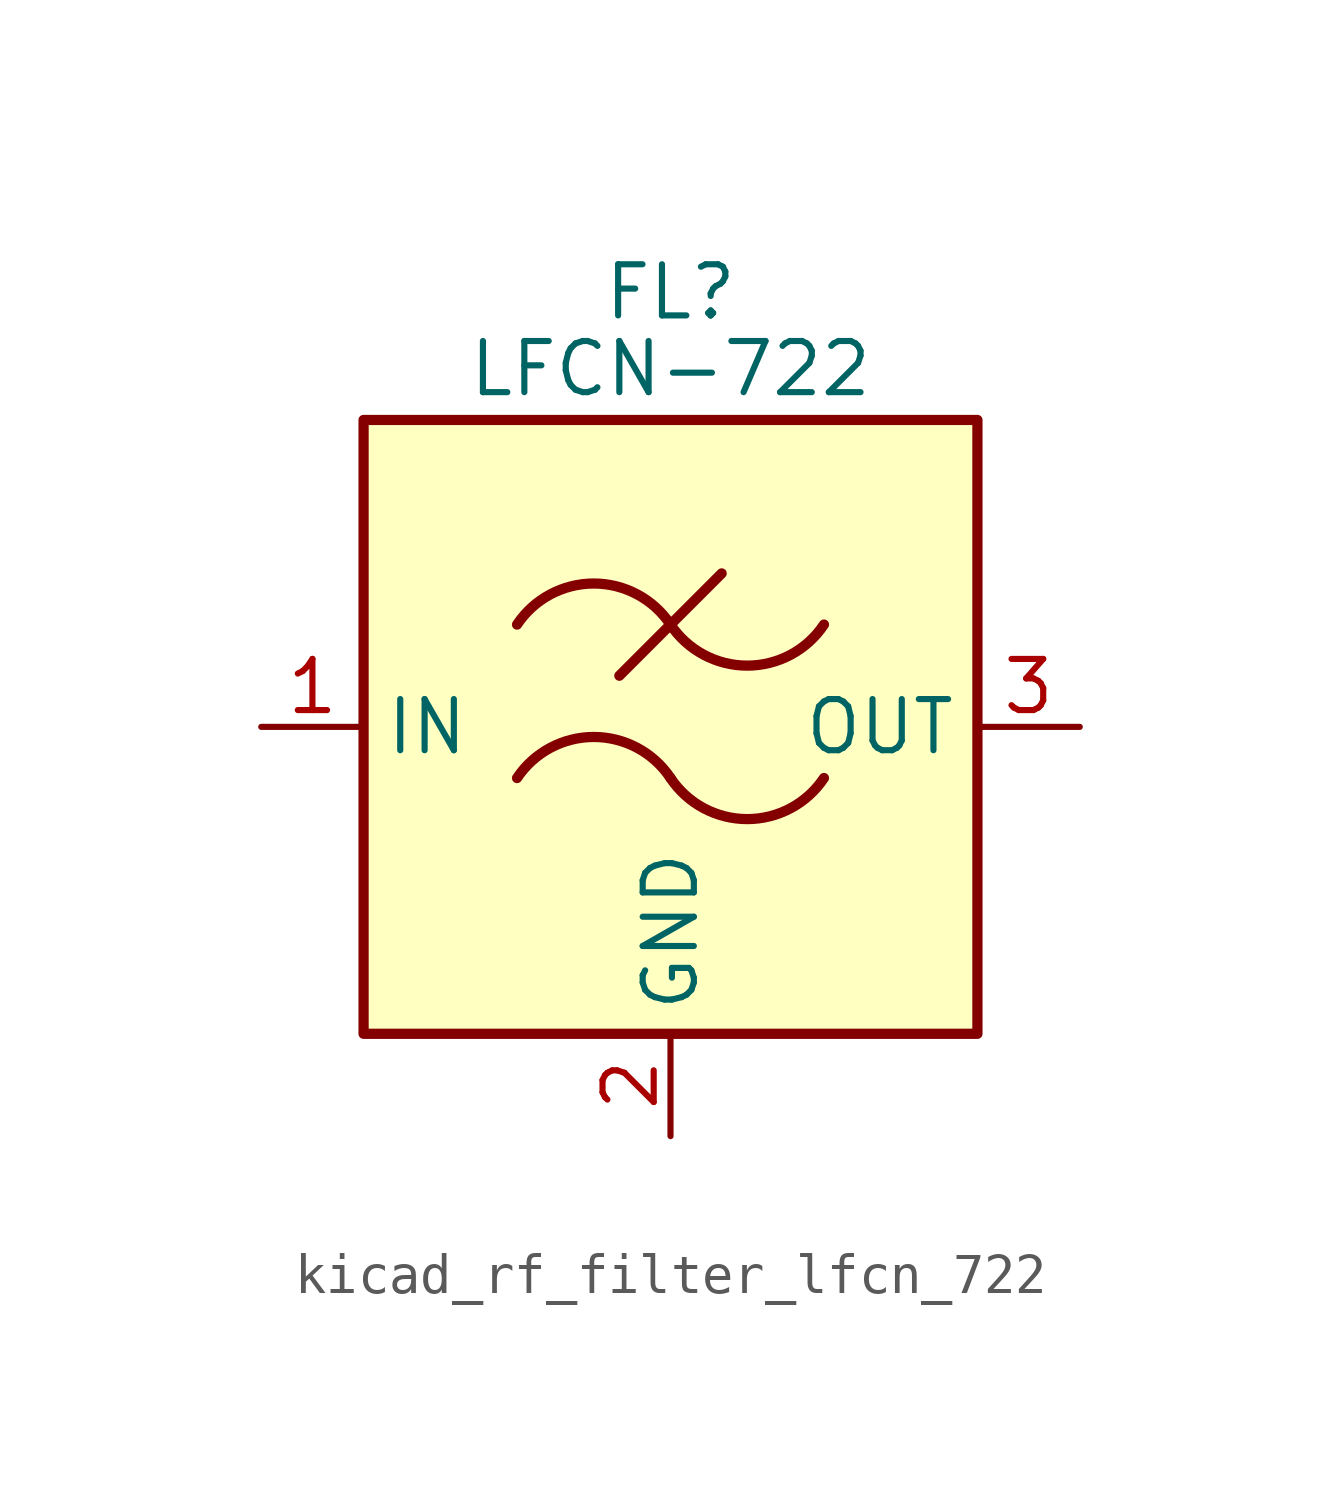
<source format=kicad_sym>
(kicad_symbol_lib
  (version 20220914)
  (generator kicad_symbol_editor)
  (symbol "kicad_rf_filter_lfcn_722"
    (property "Reference" "FL"
      (at 0 10.795 0)
      (effects (font (size 1.27 1.27))))
    (property "Value" "LFCN-722"
      (at 0 8.89 0)
      (effects (font (size 1.27 1.27))))
    (symbol "kicad_rf_filter_lfcn_722_0_1"
      (rectangle (start -7.62 7.62) (end 7.62 -7.62) (stroke (width 0.254) (type default)) (fill (type background)))
      (arc (start 0 -1.27) (mid -1.905 -0.2505) (end -3.81 -1.27) (stroke (width 0.254) (type default)) (fill (type none)))
      (arc (start 0 -1.27) (mid 1.905 -2.2895) (end 3.81 -1.27) (stroke (width 0.254) (type default)) (fill (type none)))
      (polyline (pts (xy -1.27 1.27) (xy 1.27 3.81)) (stroke (width 0.254) (type default)) (fill (type none)))
      (arc (start 0 2.54) (mid -1.905 3.5595) (end -3.81 2.54) (stroke (width 0.254) (type default)) (fill (type none)))
      (arc (start 0 2.54) (mid 1.905 1.5205) (end 3.81 2.54) (stroke (width 0.254) (type default)) (fill (type none))))
    (symbol "kicad_rf_filter_lfcn_722_1_1"
      (pin passive line (at -10.16 0 0) (length 2.54) (name "IN" (effects (font (size 1.27 1.27)))) (number "1" (effects (font (size 1.27 1.27)))))
      (pin passive line (at 0 -10.16 90) (length 2.54) (name "GND" (effects (font (size 1.27 1.27)))) (number "2" (effects (font (size 1.27 1.27)))))
      (pin passive line (at 10.16 0 180) (length 2.54) (name "OUT" (effects (font (size 1.27 1.27)))) (number "3" (effects (font (size 1.27 1.27)))))
      (pin passive line (at 0 -10.16 90) (length 2.54) hide (name "GND" (effects (font (size 1.27 1.27)))) (number "4" (effects (font (size 1.27 1.27))))))))
</source>
